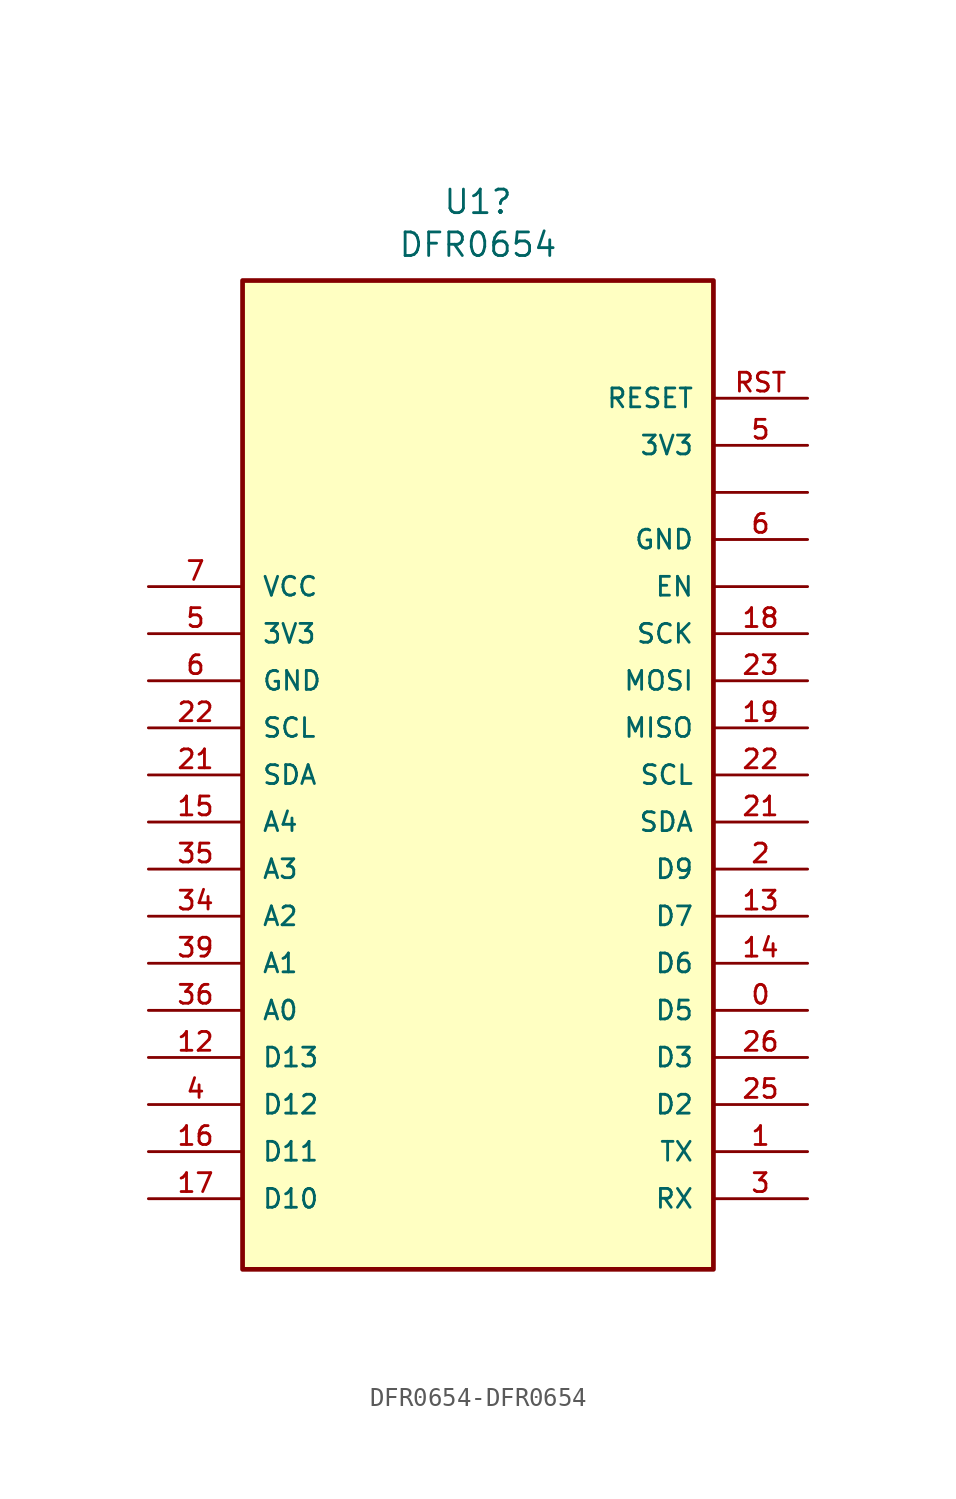
<source format=kicad_sym>
(kicad_symbol_lib
  (version 20211014)
  (generator kicad_symbol_editor)
  (symbol "DFR0654-DFR0654"
    (pin_names
      (offset 1.016))
    (property "Reference" "U1"
      (at -29.21 -14.808 0)
      (effects (font (size 1.27 1.27))))
    (property "Value" "DFR0654"
      (at -29.21 -17.12 0)
      (effects (font (size 1.27 1.27))))
    (symbol "DFR0654-DFR0654_0_0"
      (rectangle (start -41.91 -72.39) (end -16.51 -19.05) (stroke (width 0.254) (type default) (color 0 0 0 0)) (fill (type background)))
      (pin bidirectional line (at -11.43 -58.42 180) (length 5.08) (name "D5" (effects (font (size 1.016 1.016)))) (number "0" (effects (font (size 1.016 1.016)))))
      (pin bidirectional line (at -11.43 -53.34 180) (length 5.08) (name "D7" (effects (font (size 1.016 1.016)))) (number "13" (effects (font (size 1.016 1.016)))))
      (pin bidirectional line (at -11.43 -55.88 180) (length 5.08) (name "D6" (effects (font (size 1.016 1.016)))) (number "14" (effects (font (size 1.016 1.016)))))
      (pin input line (at -46.99 -48.26 0) (length 5.08) (name "A4" (effects (font (size 1.016 1.016)))) (number "15" (effects (font (size 1.016 1.016)))))
      (pin bidirectional line (at -11.43 -38.1 180) (length 5.08) (name "SCK" (effects (font (size 1.016 1.016)))) (number "18" (effects (font (size 1.016 1.016)))))
      (pin bidirectional line (at -11.43 -43.18 180) (length 5.08) (name "MISO" (effects (font (size 1.016 1.016)))) (number "19" (effects (font (size 1.016 1.016)))))
      (pin bidirectional line (at -11.43 -50.8 180) (length 5.08) (name "D9" (effects (font (size 1.016 1.016)))) (number "2" (effects (font (size 1.016 1.016)))))
      (pin input line (at -46.99 -45.72 0) (length 5.08) (name "SDA" (effects (font (size 1.016 1.016)))) (number "21" (effects (font (size 1.016 1.016)))))
      (pin bidirectional line (at -11.43 -48.26 180) (length 5.08) (name "SDA" (effects (font (size 1.016 1.016)))) (number "21" (effects (font (size 1.016 1.016)))))
      (pin input line (at -46.99 -43.18 0) (length 5.08) (name "SCL" (effects (font (size 1.016 1.016)))) (number "22" (effects (font (size 1.016 1.016)))))
      (pin bidirectional line (at -11.43 -45.72 180) (length 5.08) (name "SCL" (effects (font (size 1.016 1.016)))) (number "22" (effects (font (size 1.016 1.016)))))
      (pin bidirectional line (at -11.43 -40.64 180) (length 5.08) (name "MOSI" (effects (font (size 1.016 1.016)))) (number "23" (effects (font (size 1.016 1.016)))))
      (pin bidirectional line (at -11.43 -60.96 180) (length 5.08) (name "D3" (effects (font (size 1.016 1.016)))) (number "26" (effects (font (size 1.016 1.016)))))
      (pin input line (at -46.99 -53.34 0) (length 5.08) (name "A2" (effects (font (size 1.016 1.016)))) (number "34" (effects (font (size 1.016 1.016)))))
      (pin input line (at -46.99 -50.8 0) (length 5.08) (name "A3" (effects (font (size 1.016 1.016)))) (number "35" (effects (font (size 1.016 1.016)))))
      (pin input line (at -46.99 -38.1 0) (length 5.08) (name "3V3" (effects (font (size 1.016 1.016)))) (number "5" (effects (font (size 1.016 1.016)))))
      (pin output line (at -11.43 -33.02 180) (length 5.08) (name "GND" (effects (font (size 1.016 1.016)))) (number "6" (effects (font (size 1.016 1.016)))))
      (pin input line (at -46.99 -35.56 0) (length 5.08) (name "VCC" (effects (font (size 1.016 1.016)))) (number "7" (effects (font (size 1.016 1.016)))))
      (pin input line (at -11.43 -35.56 180) (length 5.08) (name "EN" (effects (font (size 1.016 1.016)))) (number "~" (effects (font (size 1.016 1.016))))))
    (symbol "DFR0654-DFR0654_1_1"
      (pin bidirectional line (at -11.43 -66.04 180) (length 5.08) (name "TX" (effects (font (size 1.016 1.016)))) (number "1" (effects (font (size 1.016 1.016)))))
      (pin input line (at -46.99 -60.96 0) (length 5.08) (name "D13" (effects (font (size 1.016 1.016)))) (number "12" (effects (font (size 1.016 1.016)))))
      (pin input line (at -46.99 -66.04 0) (length 5.08) (name "D11" (effects (font (size 1.016 1.016)))) (number "16" (effects (font (size 1.016 1.016)))))
      (pin input line (at -46.99 -68.58 0) (length 5.08) (name "D10" (effects (font (size 1.016 1.016)))) (number "17" (effects (font (size 1.016 1.016)))))
      (pin bidirectional line (at -11.43 -63.5 180) (length 5.08) (name "D2" (effects (font (size 1.016 1.016)))) (number "25" (effects (font (size 1.016 1.016)))))
      (pin bidirectional line (at -11.43 -68.58 180) (length 5.08) (name "RX" (effects (font (size 1.016 1.016)))) (number "3" (effects (font (size 1.016 1.016)))))
      (pin input line (at -46.99 -58.42 0) (length 5.08) (name "A0" (effects (font (size 1.016 1.016)))) (number "36" (effects (font (size 1.016 1.016)))))
      (pin input line (at -46.99 -55.88 0) (length 5.08) (name "A1" (effects (font (size 1.016 1.016)))) (number "39" (effects (font (size 1.016 1.016)))))
      (pin input line (at -46.99 -63.5 0) (length 5.08) (name "D12" (effects (font (size 1.016 1.016)))) (number "4" (effects (font (size 1.016 1.016)))))
      (pin bidirectional line (at -11.43 -27.94 180) (length 5.08) (name "3V3" (effects (font (size 1.016 1.016)))) (number "5" (effects (font (size 1.016 1.016)))))
      (pin input line (at -46.99 -40.64 0) (length 5.08) (name "GND" (effects (font (size 1.016 1.016)))) (number "6" (effects (font (size 1.016 1.016)))))
      (pin bidirectional line (at -11.43 -25.4 180) (length 5.08) (name "RESET" (effects (font (size 1.016 1.016)))) (number "RST" (effects (font (size 1.016 1.016)))))
      (pin bidirectional line (at -11.43 -30.48 180) (length 5.08) (name "~" (effects (font (size 1.016 1.016)))) (number "~" (effects (font (size 1.016 1.016))))))))
</source>
